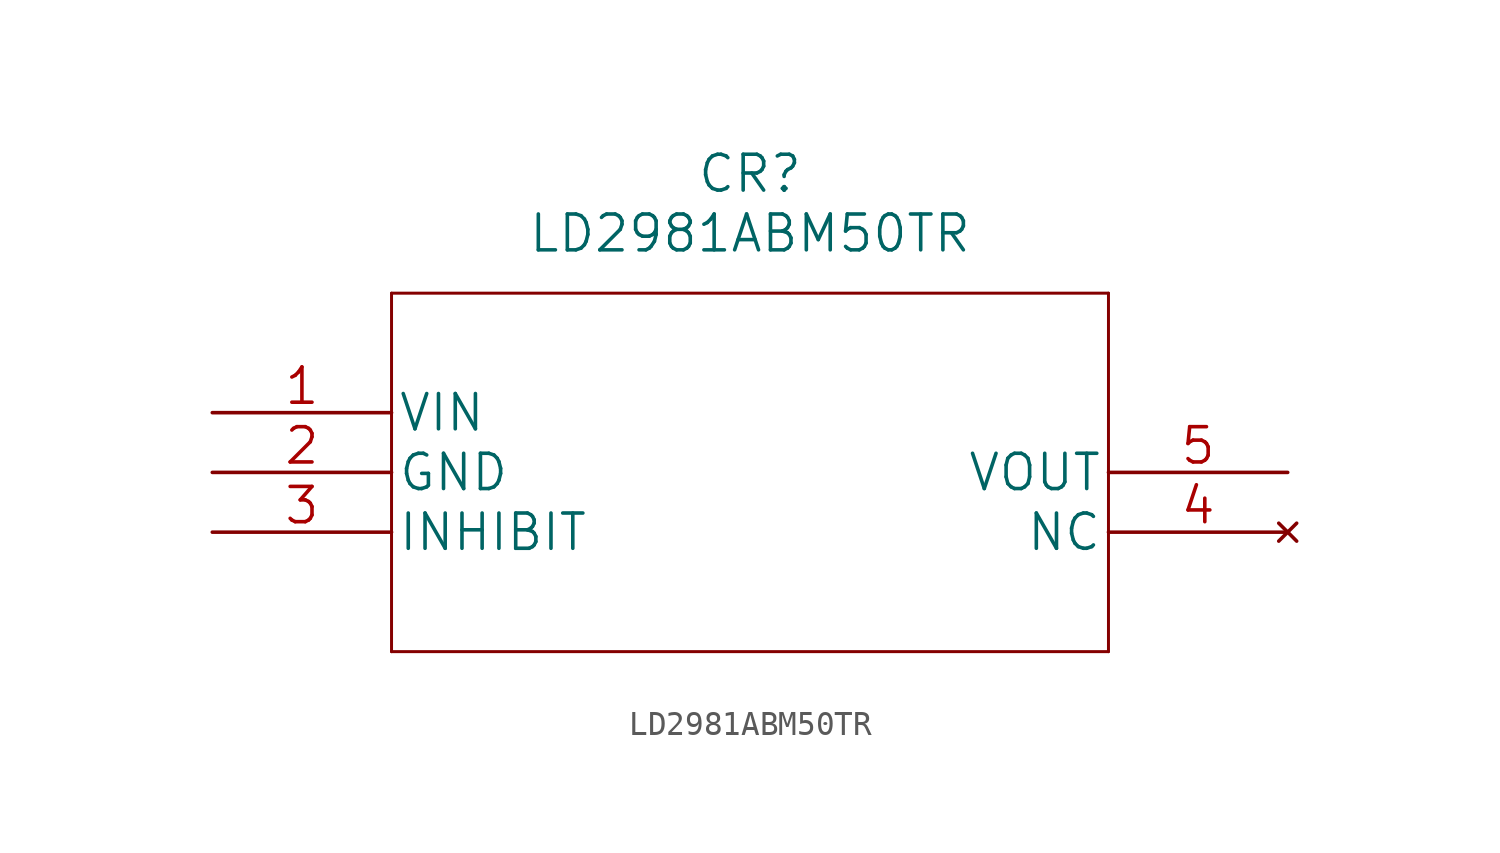
<source format=kicad_sym>
(kicad_symbol_lib
  (version 20211014)
  (generator kicad_symbol_editor)
  (symbol "LD2981ABM50TR"
    (pin_names
      (offset 0.254))
    (property "Reference" "CR"
      (at 22.86 10.16 0)
      (effects (font (size 1.524 1.524))))
    (property "Value" "LD2981ABM50TR"
      (at 22.86 7.62 0)
      (effects (font (size 1.524 1.524))))
    (property "Datasheet" ""
      (at 0 0 0)
      (effects (font (size 1.524 1.524))))
    (property "ki_locked" ""
      (at 0 0 0)
      (effects (font (size 1.27 1.27))))
    (symbol "LD2981ABM50TR_1_1"
      (polyline (pts (xy 7.62 -10.16) (xy 38.1 -10.16)) (stroke (width 0.127) (type default) (color 0 0 0 0)) (fill (type none)))
      (polyline (pts (xy 7.62 5.08) (xy 7.62 -10.16)) (stroke (width 0.127) (type default) (color 0 0 0 0)) (fill (type none)))
      (polyline (pts (xy 38.1 -10.16) (xy 38.1 5.08)) (stroke (width 0.127) (type default) (color 0 0 0 0)) (fill (type none)))
      (polyline (pts (xy 38.1 5.08) (xy 7.62 5.08)) (stroke (width 0.127) (type default) (color 0 0 0 0)) (fill (type none)))
      (pin input line (at 0 0 0) (length 7.62) (name "VIN" (effects (font (size 1.499 1.499)))) (number "1" (effects (font (size 1.499 1.499)))))
      (pin power_in line (at 0 -2.54 0) (length 7.62) (name "GND" (effects (font (size 1.499 1.499)))) (number "2" (effects (font (size 1.499 1.499)))))
      (pin unspecified line (at 0 -5.08 0) (length 7.62) (name "INHIBIT" (effects (font (size 1.499 1.499)))) (number "3" (effects (font (size 1.499 1.499)))))
      (pin no_connect line (at 45.72 -5.08 180) (length 7.62) (name "NC" (effects (font (size 1.499 1.499)))) (number "4" (effects (font (size 1.499 1.499)))))
      (pin output line (at 45.72 -2.54 180) (length 7.62) (name "VOUT" (effects (font (size 1.499 1.499)))) (number "5" (effects (font (size 1.499 1.499))))))))
</source>
